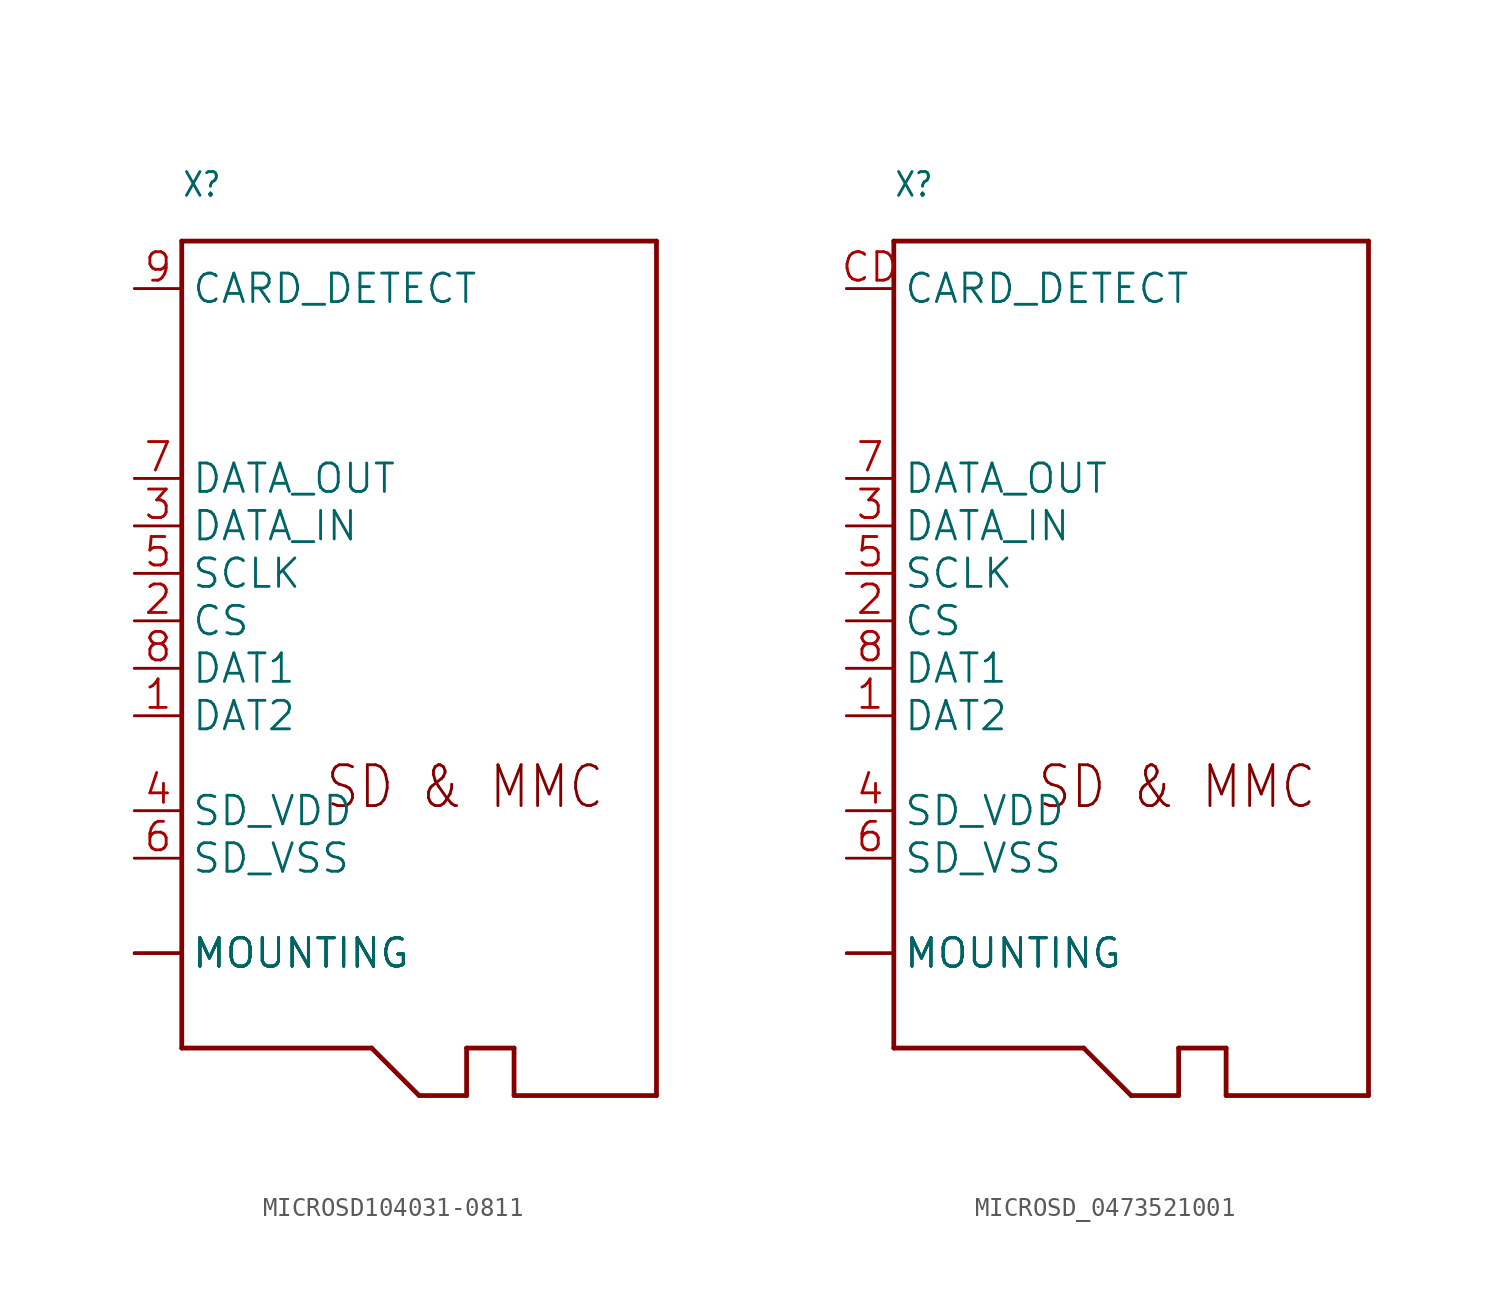
<source format=kicad_sym>
(kicad_symbol_lib
  (version 20241209)
  (generator "kicad_symbol_editor")
  (generator_version "9.0")
  (symbol "MICROSD104031-0811"
    (property "Reference" "X"
      (at -12.7 22.606 0)
      (effects (font (size 1.27 1.079)) (justify left bottom)))
    (property "Value" ""
      (at -12.7 20.828 0)
      (effects (font (size 1.27 1.079)) (justify left bottom)))
    (property "ki_locked" ""
      (at 0 0 0)
      (effects (font (size 1.27 1.27))))
    (symbol "MICROSD104031-0811_1_0"
      (polyline (pts (xy -12.7 20.32) (xy -12.7 -22.86)) (stroke (width 0.254) (type solid)) (fill (type none)))
      (polyline (pts (xy -12.7 -22.86) (xy -2.54 -22.86)) (stroke (width 0.254) (type solid)) (fill (type none)))
      (polyline (pts (xy -2.54 -22.86) (xy 0 -25.4)) (stroke (width 0.254) (type solid)) (fill (type none)))
      (polyline (pts (xy 0 -25.4) (xy 2.54 -25.4)) (stroke (width 0.254) (type solid)) (fill (type none)))
      (polyline (pts (xy 2.54 -22.86) (xy 5.08 -22.86)) (stroke (width 0.254) (type solid)) (fill (type none)))
      (polyline (pts (xy 2.54 -25.4) (xy 2.54 -22.86)) (stroke (width 0.254) (type solid)) (fill (type none)))
      (polyline (pts (xy 5.08 -22.86) (xy 5.08 -25.4)) (stroke (width 0.254) (type solid)) (fill (type none)))
      (polyline (pts (xy 5.08 -25.4) (xy 12.7 -25.4)) (stroke (width 0.254) (type solid)) (fill (type none)))
      (polyline (pts (xy 12.7 20.32) (xy -12.7 20.32)) (stroke (width 0.254) (type solid)) (fill (type none)))
      (polyline (pts (xy 12.7 -25.4) (xy 12.7 20.32)) (stroke (width 0.254) (type solid)) (fill (type none)))
      (text "SD & MMC" (at -5.08 -10.16 0) (effects (font (size 2.184 1.857)) (justify left bottom)))
      (pin passive line (at -15.24 17.78 0) (length 2.54) (name "CARD_DETECT" (effects (font (size 1.524 1.524)))) (number "9" (effects (font (size 1.524 1.524)))))
      (pin output line (at -15.24 7.62 0) (length 2.54) (name "DATA_OUT" (effects (font (size 1.524 1.524)))) (number "7" (effects (font (size 1.524 1.524)))))
      (pin input line (at -15.24 5.08 0) (length 2.54) (name "DATA_IN" (effects (font (size 1.524 1.524)))) (number "3" (effects (font (size 1.524 1.524)))))
      (pin input line (at -15.24 2.54 0) (length 2.54) (name "SCLK" (effects (font (size 1.524 1.524)))) (number "5" (effects (font (size 1.524 1.524)))))
      (pin input line (at -15.24 0 0) (length 2.54) (name "CS" (effects (font (size 1.524 1.524)))) (number "2" (effects (font (size 1.524 1.524)))))
      (pin bidirectional line (at -15.24 -2.54 0) (length 2.54) (name "DAT1" (effects (font (size 1.524 1.524)))) (number "8" (effects (font (size 1.524 1.524)))))
      (pin bidirectional line (at -15.24 -5.08 0) (length 2.54) (name "DAT2" (effects (font (size 1.524 1.524)))) (number "1" (effects (font (size 1.524 1.524)))))
      (pin power_in line (at -15.24 -10.16 0) (length 2.54) (name "SD_VDD" (effects (font (size 1.524 1.524)))) (number "4" (effects (font (size 1.524 1.524)))))
      (pin power_in line (at -15.24 -12.7 0) (length 2.54) (name "SD_VSS" (effects (font (size 1.524 1.524)))) (number "6" (effects (font (size 1.524 1.524)))))
      (pin passive line (at -15.24 -17.78 0) (length 2.54) (name "MOUNTING" (effects (font (size 1.524 1.524)))) (number "10" (effects (font (size 0 0)))))
      (pin passive line (at -15.24 -17.78 0) (length 2.54) (name "MOUNTING" (effects (font (size 1.524 1.524)))) (number "G1" (effects (font (size 0 0)))))
      (pin passive line (at -15.24 -17.78 0) (length 2.54) (name "MOUNTING" (effects (font (size 1.524 1.524)))) (number "G2" (effects (font (size 0 0)))))
      (pin passive line (at -15.24 -17.78 0) (length 2.54) (name "MOUNTING" (effects (font (size 1.524 1.524)))) (number "G3" (effects (font (size 0 0)))))
      (pin passive line (at -15.24 -17.78 0) (length 2.54) (name "MOUNTING" (effects (font (size 1.524 1.524)))) (number "G4" (effects (font (size 0 0)))))))
  (symbol "MICROSD_0473521001"
    (property "Reference" "X"
      (at -12.7 22.606 0)
      (effects (font (size 1.27 1.079)) (justify left bottom)))
    (property "Value" ""
      (at -12.7 20.828 0)
      (effects (font (size 1.27 1.079)) (justify left bottom)))
    (property "ki_locked" ""
      (at 0 0 0)
      (effects (font (size 1.27 1.27))))
    (symbol "MICROSD_0473521001_1_0"
      (polyline (pts (xy -12.7 20.32) (xy -12.7 -22.86)) (stroke (width 0.254) (type solid)) (fill (type none)))
      (polyline (pts (xy -12.7 -22.86) (xy -2.54 -22.86)) (stroke (width 0.254) (type solid)) (fill (type none)))
      (polyline (pts (xy -2.54 -22.86) (xy 0 -25.4)) (stroke (width 0.254) (type solid)) (fill (type none)))
      (polyline (pts (xy 0 -25.4) (xy 2.54 -25.4)) (stroke (width 0.254) (type solid)) (fill (type none)))
      (polyline (pts (xy 2.54 -22.86) (xy 5.08 -22.86)) (stroke (width 0.254) (type solid)) (fill (type none)))
      (polyline (pts (xy 2.54 -25.4) (xy 2.54 -22.86)) (stroke (width 0.254) (type solid)) (fill (type none)))
      (polyline (pts (xy 5.08 -22.86) (xy 5.08 -25.4)) (stroke (width 0.254) (type solid)) (fill (type none)))
      (polyline (pts (xy 5.08 -25.4) (xy 12.7 -25.4)) (stroke (width 0.254) (type solid)) (fill (type none)))
      (polyline (pts (xy 12.7 20.32) (xy -12.7 20.32)) (stroke (width 0.254) (type solid)) (fill (type none)))
      (polyline (pts (xy 12.7 -25.4) (xy 12.7 20.32)) (stroke (width 0.254) (type solid)) (fill (type none)))
      (text "SD & MMC" (at -5.08 -10.16 0) (effects (font (size 2.184 1.857)) (justify left bottom)))
      (pin passive line (at -15.24 17.78 0) (length 2.54) (name "CARD_DETECT" (effects (font (size 1.524 1.524)))) (number "CD" (effects (font (size 1.524 1.524)))))
      (pin output line (at -15.24 7.62 0) (length 2.54) (name "DATA_OUT" (effects (font (size 1.524 1.524)))) (number "7" (effects (font (size 1.524 1.524)))))
      (pin input line (at -15.24 5.08 0) (length 2.54) (name "DATA_IN" (effects (font (size 1.524 1.524)))) (number "3" (effects (font (size 1.524 1.524)))))
      (pin input line (at -15.24 2.54 0) (length 2.54) (name "SCLK" (effects (font (size 1.524 1.524)))) (number "5" (effects (font (size 1.524 1.524)))))
      (pin input line (at -15.24 0 0) (length 2.54) (name "CS" (effects (font (size 1.524 1.524)))) (number "2" (effects (font (size 1.524 1.524)))))
      (pin bidirectional line (at -15.24 -2.54 0) (length 2.54) (name "DAT1" (effects (font (size 1.524 1.524)))) (number "8" (effects (font (size 1.524 1.524)))))
      (pin bidirectional line (at -15.24 -5.08 0) (length 2.54) (name "DAT2" (effects (font (size 1.524 1.524)))) (number "1" (effects (font (size 1.524 1.524)))))
      (pin power_in line (at -15.24 -10.16 0) (length 2.54) (name "SD_VDD" (effects (font (size 1.524 1.524)))) (number "4" (effects (font (size 1.524 1.524)))))
      (pin power_in line (at -15.24 -12.7 0) (length 2.54) (name "SD_VSS" (effects (font (size 1.524 1.524)))) (number "6" (effects (font (size 1.524 1.524)))))
      (pin passive line (at -15.24 -17.78 0) (length 2.54) (name "MOUNTING" (effects (font (size 1.524 1.524)))) (number "MT1" (effects (font (size 0 0)))))
      (pin passive line (at -15.24 -17.78 0) (length 2.54) (name "MOUNTING" (effects (font (size 1.524 1.524)))) (number "MT2" (effects (font (size 0 0)))))
      (pin passive line (at -15.24 -17.78 0) (length 2.54) (name "MOUNTING" (effects (font (size 1.524 1.524)))) (number "MT3" (effects (font (size 0 0)))))
      (pin passive line (at -15.24 -17.78 0) (length 2.54) (name "MOUNTING" (effects (font (size 1.524 1.524)))) (number "MT4" (effects (font (size 0 0))))))))
</source>
